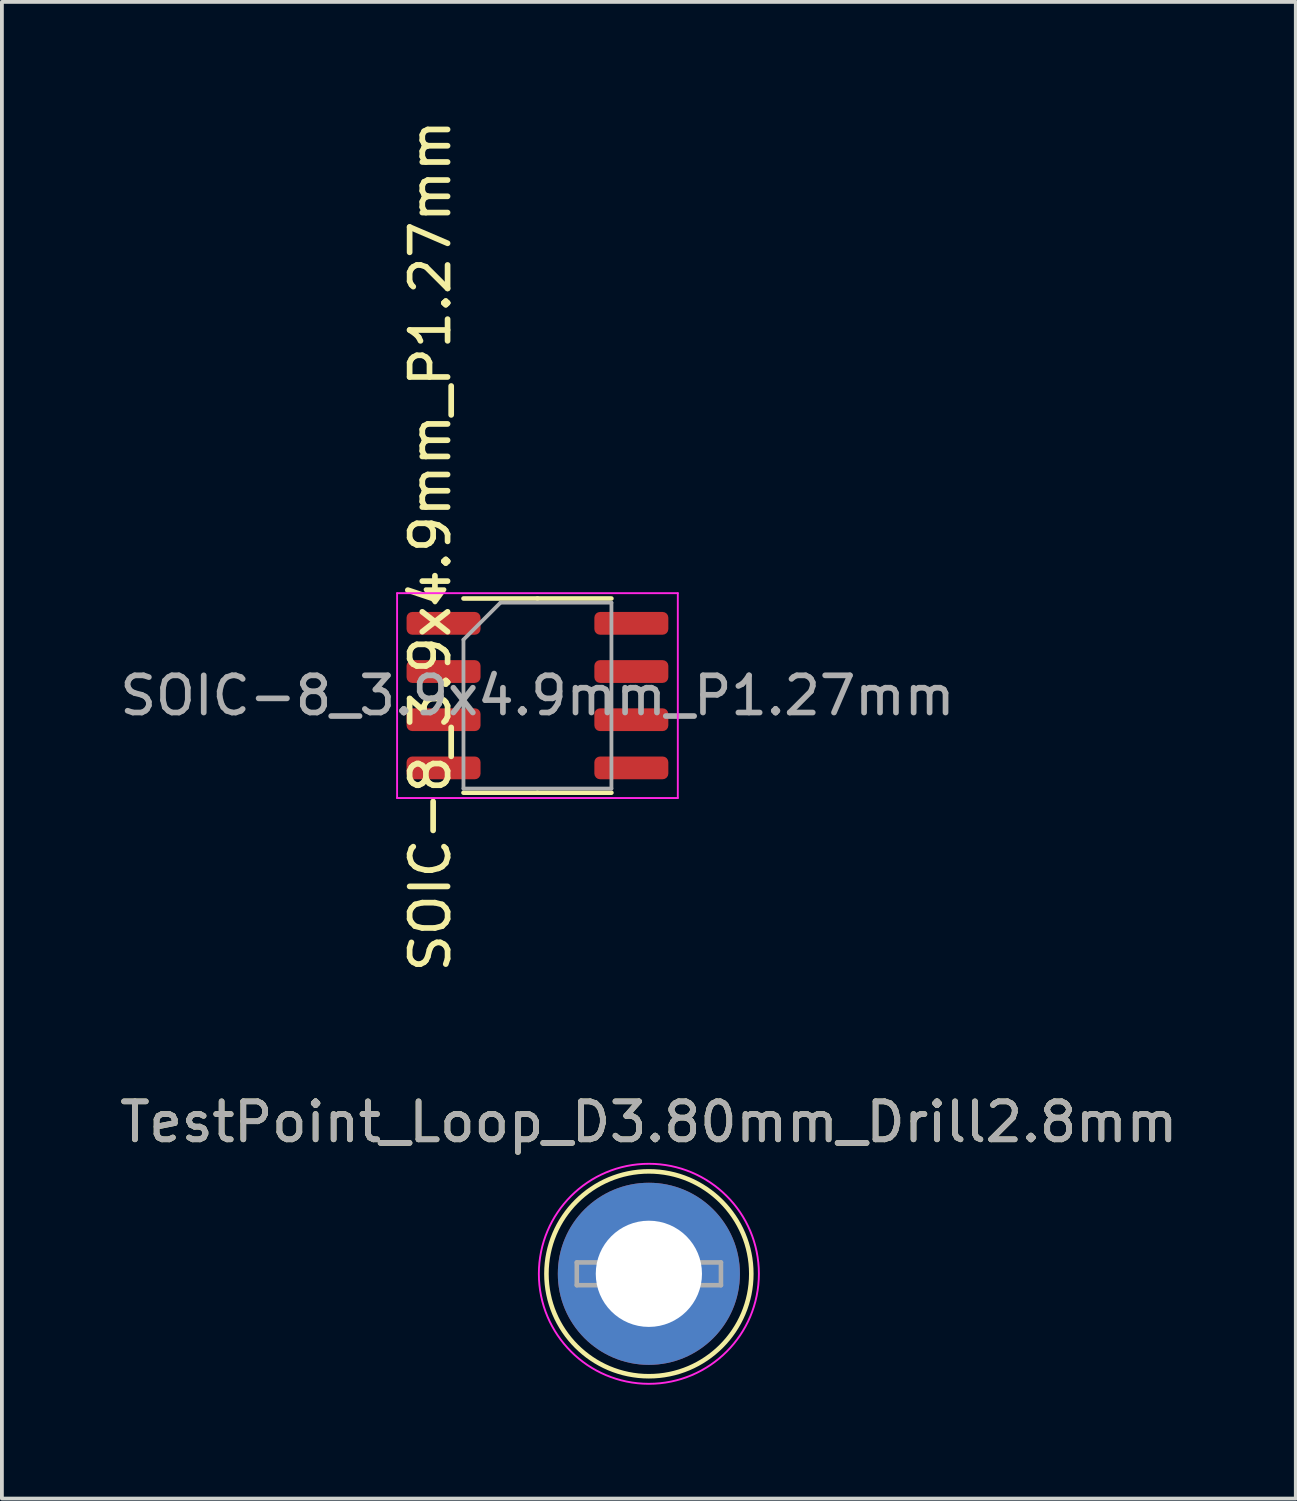
<source format=kicad_pcb>
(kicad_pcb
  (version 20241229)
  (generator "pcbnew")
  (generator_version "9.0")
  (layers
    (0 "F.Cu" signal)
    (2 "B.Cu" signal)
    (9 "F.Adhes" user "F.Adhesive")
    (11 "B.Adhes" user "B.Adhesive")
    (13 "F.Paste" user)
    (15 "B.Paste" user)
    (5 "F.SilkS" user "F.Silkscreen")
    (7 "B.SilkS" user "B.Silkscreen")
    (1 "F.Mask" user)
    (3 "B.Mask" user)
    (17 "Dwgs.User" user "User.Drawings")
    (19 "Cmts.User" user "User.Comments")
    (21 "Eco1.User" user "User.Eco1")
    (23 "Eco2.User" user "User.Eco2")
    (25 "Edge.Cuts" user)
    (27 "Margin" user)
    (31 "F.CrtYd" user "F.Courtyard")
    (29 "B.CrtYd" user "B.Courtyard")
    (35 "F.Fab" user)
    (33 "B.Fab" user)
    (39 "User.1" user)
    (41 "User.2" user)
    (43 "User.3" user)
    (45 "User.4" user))
  (footprint "SOIC-8_3.9x4.9mm_P1.27mm"
    (layer "F.Cu")
    (at 11.117 15.286)
    (property "Reference" "SOIC-8_3.9x4.9mm_P1.27mm" (at -2.824 -3.947 90) (layer "F.SilkS") (effects (font (size 1 1) (thickness 0.15))))
    (attr smd)
    (fp_line (start 0 -2.56) (end -1.95 -2.56) (stroke (width 0.12) (type solid)) (layer "F.SilkS"))
    (fp_line (start 0 -2.56) (end 1.95 -2.56) (stroke (width 0.12) (type solid)) (layer "F.SilkS"))
    (fp_line (start 0 2.56) (end -1.95 2.56) (stroke (width 0.12) (type solid)) (layer "F.SilkS"))
    (fp_line (start 0 2.56) (end 1.95 2.56) (stroke (width 0.12) (type solid)) (layer "F.SilkS"))
    (fp_poly (pts (xy -2.7 -2.465) (xy -2.94 -2.795) (xy -2.46 -2.795) (xy -2.7 -2.465)) (stroke (width 0.12) (type solid)) (fill yes) (layer "F.SilkS"))
    (fp_line (start -3.7 -2.7) (end -3.7 2.7) (stroke (width 0.05) (type solid)) (layer "F.CrtYd"))
    (fp_line (start -3.7 2.7) (end 3.7 2.7) (stroke (width 0.05) (type solid)) (layer "F.CrtYd"))
    (fp_line (start 3.7 -2.7) (end -3.7 -2.7) (stroke (width 0.05) (type solid)) (layer "F.CrtYd"))
    (fp_line (start 3.7 2.7) (end 3.7 -2.7) (stroke (width 0.05) (type solid)) (layer "F.CrtYd"))
    (fp_line (start -1.95 -1.475) (end -0.975 -2.45) (stroke (width 0.1) (type solid)) (layer "F.Fab"))
    (fp_line (start -1.95 2.45) (end -1.95 -1.475) (stroke (width 0.1) (type solid)) (layer "F.Fab"))
    (fp_line (start -0.975 -2.45) (end 1.95 -2.45) (stroke (width 0.1) (type solid)) (layer "F.Fab"))
    (fp_line (start 1.95 -2.45) (end 1.95 2.45) (stroke (width 0.1) (type solid)) (layer "F.Fab"))
    (fp_line (start 1.95 2.45) (end -1.95 2.45) (stroke (width 0.1) (type solid)) (layer "F.Fab"))
    (fp_text user "${REFERENCE}" (at 0 0 0) (layer "F.Fab") (effects (font (size 0.98 0.98) (thickness 0.15))))
    (pad "1" smd roundrect (at -2.475 -1.905) (size 1.95 0.6) (layers "F.Cu" "F.Mask" "F.Paste") (roundrect_rratio 0.25))
    (pad "2" smd roundrect (at -2.475 -0.635) (size 1.95 0.6) (layers "F.Cu" "F.Mask" "F.Paste") (roundrect_rratio 0.25))
    (pad "3" smd roundrect (at -2.475 0.635) (size 1.95 0.6) (layers "F.Cu" "F.Mask" "F.Paste") (roundrect_rratio 0.25))
    (pad "4" smd roundrect (at -2.475 1.905) (size 1.95 0.6) (layers "F.Cu" "F.Mask" "F.Paste") (roundrect_rratio 0.25))
    (pad "5" smd roundrect (at 2.475 1.905) (size 1.95 0.6) (layers "F.Cu" "F.Mask" "F.Paste") (roundrect_rratio 0.25))
    (pad "6" smd roundrect (at 2.475 0.635) (size 1.95 0.6) (layers "F.Cu" "F.Mask" "F.Paste") (roundrect_rratio 0.25))
    (pad "7" smd roundrect (at 2.475 -0.635) (size 1.95 0.6) (layers "F.Cu" "F.Mask" "F.Paste") (roundrect_rratio 0.25))
    (pad "8" smd roundrect (at 2.475 -1.905) (size 1.95 0.6) (layers "F.Cu" "F.Mask" "F.Paste") (roundrect_rratio 0.25)))
  (footprint "TestPoint_Loop_D3.80mm_Drill2.8mm"
    (layer "F.Cu")
    (at 14.054 30.527)
    (property "Reference" "TestPoint_Loop_D3.80mm_Drill2.8mm" (at 0 -4 0) (layer "F.SilkS") (effects (font (size 1 1) (thickness 0.15))))
    (attr through_hole exclude_from_bom)
    (fp_circle (center 0 0) (end 2.7 0) (stroke (width 0.12) (type solid)) (fill no) (layer "F.SilkS"))
    (fp_circle (center 0 0) (end 2.9 0) (stroke (width 0.05) (type solid)) (fill no) (layer "F.CrtYd"))
    (fp_line (start -1.9 -0.3) (end -1.9 0.3) (stroke (width 0.12) (type solid)) (layer "F.Fab"))
    (fp_line (start -1.9 0.3) (end 1.9 0.3) (stroke (width 0.12) (type solid)) (layer "F.Fab"))
    (fp_line (start 1.9 -0.3) (end -1.9 -0.3) (stroke (width 0.12) (type solid)) (layer "F.Fab"))
    (fp_line (start 1.9 0.3) (end 1.9 -0.3) (stroke (width 0.12) (type solid)) (layer "F.Fab"))
    (fp_text user "${REFERENCE}" (at 0 -4 0) (layer "F.Fab") (effects (font (size 1 1) (thickness 0.15))))
    (pad "1" thru_hole circle (at 0 0) (size 4.8 4.8) (drill 2.8) (layers "*.Cu" "*.Mask")))
  (gr_rect
    (start -3 -3)
    (end 31.107 36.452)
    (stroke (width 0.1) (type default))
    (fill no)
    (layer "Edge.Cuts")))
</source>
